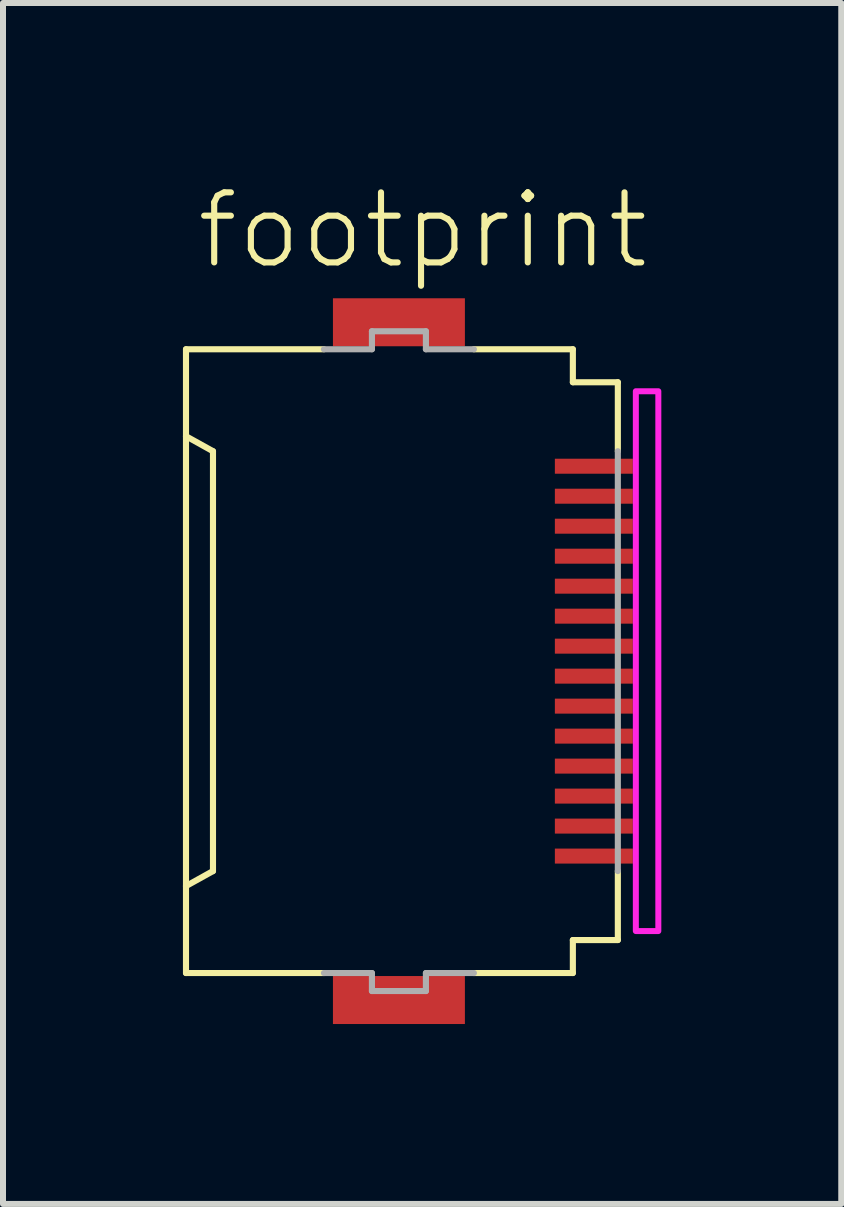
<source format=kicad_pcb>
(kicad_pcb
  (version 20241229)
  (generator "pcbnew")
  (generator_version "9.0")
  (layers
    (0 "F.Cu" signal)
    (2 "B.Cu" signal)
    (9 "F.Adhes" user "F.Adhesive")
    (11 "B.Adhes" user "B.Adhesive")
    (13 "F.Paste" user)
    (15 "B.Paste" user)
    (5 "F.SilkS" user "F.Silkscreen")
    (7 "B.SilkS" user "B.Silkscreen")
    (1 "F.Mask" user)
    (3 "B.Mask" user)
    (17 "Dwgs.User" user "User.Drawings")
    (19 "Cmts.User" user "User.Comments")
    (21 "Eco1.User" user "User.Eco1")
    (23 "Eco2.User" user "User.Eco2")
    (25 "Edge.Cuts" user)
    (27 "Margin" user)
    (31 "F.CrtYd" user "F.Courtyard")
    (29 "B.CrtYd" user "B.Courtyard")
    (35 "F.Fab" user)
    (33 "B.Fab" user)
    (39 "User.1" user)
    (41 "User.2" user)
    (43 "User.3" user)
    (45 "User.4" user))
  (footprint "footprint"
    (layer "F.Cu")
    (at 3.676 7.973)
    (property "Reference" "footprint" (at -3.5 -6.5 0) (layer "F.SilkS") (effects (font (size 1.168 1.168) (thickness 0.102)) (justify left bottom)))
    (fp_poly (pts (xy 2.475 -3.075) (xy 3.875 -3.075) (xy 3.875 -3.425) (xy 2.475 -3.425)) (stroke (width 0) (type solid)) (fill yes) (layer "F.Mask"))
    (fp_poly (pts (xy 2.475 -2.575) (xy 3.875 -2.575) (xy 3.875 -2.925) (xy 2.475 -2.925)) (stroke (width 0) (type solid)) (fill yes) (layer "F.Mask"))
    (fp_poly (pts (xy 2.475 -2.075) (xy 3.875 -2.075) (xy 3.875 -2.425) (xy 2.475 -2.425)) (stroke (width 0) (type solid)) (fill yes) (layer "F.Mask"))
    (fp_poly (pts (xy 2.475 -1.575) (xy 3.875 -1.575) (xy 3.875 -1.925) (xy 2.475 -1.925)) (stroke (width 0) (type solid)) (fill yes) (layer "F.Mask"))
    (fp_poly (pts (xy 2.475 -1.075) (xy 3.875 -1.075) (xy 3.875 -1.425) (xy 2.475 -1.425)) (stroke (width 0) (type solid)) (fill yes) (layer "F.Mask"))
    (fp_poly (pts (xy 2.475 -0.575) (xy 3.875 -0.575) (xy 3.875 -0.925) (xy 2.475 -0.925)) (stroke (width 0) (type solid)) (fill yes) (layer "F.Mask"))
    (fp_poly (pts (xy 2.475 -0.075) (xy 3.875 -0.075) (xy 3.875 -0.425) (xy 2.475 -0.425)) (stroke (width 0) (type solid)) (fill yes) (layer "F.Mask"))
    (fp_poly (pts (xy 2.475 0.425) (xy 3.875 0.425) (xy 3.875 0.075) (xy 2.475 0.075)) (stroke (width 0) (type solid)) (fill yes) (layer "F.Mask"))
    (fp_poly (pts (xy 2.475 0.925) (xy 3.875 0.925) (xy 3.875 0.575) (xy 2.475 0.575)) (stroke (width 0) (type solid)) (fill yes) (layer "F.Mask"))
    (fp_poly (pts (xy 2.475 1.425) (xy 3.875 1.425) (xy 3.875 1.075) (xy 2.475 1.075)) (stroke (width 0) (type solid)) (fill yes) (layer "F.Mask"))
    (fp_poly (pts (xy 2.475 1.925) (xy 3.875 1.925) (xy 3.875 1.575) (xy 2.475 1.575)) (stroke (width 0) (type solid)) (fill yes) (layer "F.Mask"))
    (fp_poly (pts (xy 2.475 2.425) (xy 3.875 2.425) (xy 3.875 2.075) (xy 2.475 2.075)) (stroke (width 0) (type solid)) (fill yes) (layer "F.Mask"))
    (fp_poly (pts (xy 2.475 2.925) (xy 3.875 2.925) (xy 3.875 2.575) (xy 2.475 2.575)) (stroke (width 0) (type solid)) (fill yes) (layer "F.Mask"))
    (fp_poly (pts (xy 2.475 3.425) (xy 3.875 3.425) (xy 3.875 3.075) (xy 2.475 3.075)) (stroke (width 0) (type solid)) (fill yes) (layer "F.Mask"))
    (fp_line (start -3.625 -5.2) (end -1.325 -5.2) (stroke (width 0.102) (type solid)) (layer "F.SilkS"))
    (fp_line (start -3.625 -3.75) (end -3.625 -5.2) (stroke (width 0.102) (type solid)) (layer "F.SilkS"))
    (fp_line (start -3.625 -3.75) (end -3.625 3.75) (stroke (width 0.102) (type solid)) (layer "F.SilkS"))
    (fp_line (start -3.625 3.75) (end -3.175 3.5) (stroke (width 0.102) (type solid)) (layer "F.SilkS"))
    (fp_line (start -3.625 5.2) (end -3.625 3.75) (stroke (width 0.102) (type solid)) (layer "F.SilkS"))
    (fp_line (start -3.175 -3.5) (end -3.625 -3.75) (stroke (width 0.102) (type solid)) (layer "F.SilkS"))
    (fp_line (start -3.175 3.5) (end -3.175 -3.5) (stroke (width 0.102) (type solid)) (layer "F.SilkS"))
    (fp_line (start -1.325 5.2) (end -3.625 5.2) (stroke (width 0.102) (type solid)) (layer "F.SilkS"))
    (fp_line (start 1.175 -5.2) (end 2.825 -5.2) (stroke (width 0.102) (type solid)) (layer "F.SilkS"))
    (fp_line (start 1.175 5.2) (end 2.825 5.2) (stroke (width 0.102) (type solid)) (layer "F.SilkS"))
    (fp_line (start 2.825 -5.2) (end 2.825 -4.65) (stroke (width 0.102) (type solid)) (layer "F.SilkS"))
    (fp_line (start 2.825 -4.65) (end 3.575 -4.65) (stroke (width 0.102) (type solid)) (layer "F.SilkS"))
    (fp_line (start 2.825 4.65) (end 2.825 5.2) (stroke (width 0.102) (type solid)) (layer "F.SilkS"))
    (fp_line (start 2.825 4.65) (end 3.575 4.65) (stroke (width 0.102) (type solid)) (layer "F.SilkS"))
    (fp_line (start 3.575 -4.65) (end 3.575 -3.5) (stroke (width 0.102) (type solid)) (layer "F.SilkS"))
    (fp_line (start 3.575 3.5) (end 3.575 4.65) (stroke (width 0.102) (type solid)) (layer "F.SilkS"))
    (fp_poly (pts (xy 3.875 4.5) (xy 4.25 4.5) (xy 4.25 -4.5) (xy 3.875 -4.5)) (stroke (width 0.1) (type solid)) (fill no) (layer "F.CrtYd"))
    (fp_line (start -1.325 -5.2) (end -0.525 -5.2) (stroke (width 0.102) (type solid)) (layer "F.Fab"))
    (fp_line (start -0.525 -5.5) (end 0.375 -5.5) (stroke (width 0.102) (type solid)) (layer "F.Fab"))
    (fp_line (start -0.525 -5.2) (end -0.525 -5.5) (stroke (width 0.102) (type solid)) (layer "F.Fab"))
    (fp_line (start -0.525 5.2) (end -1.325 5.2) (stroke (width 0.102) (type solid)) (layer "F.Fab"))
    (fp_line (start -0.525 5.5) (end -0.525 5.2) (stroke (width 0.102) (type solid)) (layer "F.Fab"))
    (fp_line (start 0.375 -5.5) (end 0.375 -5.2) (stroke (width 0.102) (type solid)) (layer "F.Fab"))
    (fp_line (start 0.375 -5.2) (end 1.175 -5.2) (stroke (width 0.102) (type solid)) (layer "F.Fab"))
    (fp_line (start 0.375 5.2) (end 0.375 5.5) (stroke (width 0.102) (type solid)) (layer "F.Fab"))
    (fp_line (start 0.375 5.5) (end -0.525 5.5) (stroke (width 0.102) (type solid)) (layer "F.Fab"))
    (fp_line (start 1.175 5.2) (end 0.375 5.2) (stroke (width 0.102) (type solid)) (layer "F.Fab"))
    (fp_line (start 3.575 -3.5) (end 3.575 3.5) (stroke (width 0.102) (type solid)) (layer "F.Fab"))
    (pad "1" smd rect (at 3.175 -3.25) (size 1.3 0.25) (layers "F.Cu" "F.Paste"))
    (pad "2" smd rect (at 3.175 -2.75) (size 1.3 0.25) (layers "F.Cu" "F.Paste"))
    (pad "3" smd rect (at 3.175 -2.25) (size 1.3 0.25) (layers "F.Cu" "F.Paste"))
    (pad "4" smd rect (at 3.175 -1.75) (size 1.3 0.25) (layers "F.Cu" "F.Paste"))
    (pad "5" smd rect (at 3.175 -1.25) (size 1.3 0.25) (layers "F.Cu" "F.Paste"))
    (pad "6" smd rect (at 3.175 -0.75) (size 1.3 0.25) (layers "F.Cu" "F.Paste"))
    (pad "7" smd rect (at 3.175 -0.25) (size 1.3 0.25) (layers "F.Cu" "F.Paste"))
    (pad "8" smd rect (at 3.175 0.25) (size 1.3 0.25) (layers "F.Cu" "F.Paste"))
    (pad "9" smd rect (at 3.175 0.75) (size 1.3 0.25) (layers "F.Cu" "F.Paste"))
    (pad "10" smd rect (at 3.175 1.25) (size 1.3 0.25) (layers "F.Cu" "F.Paste"))
    (pad "11" smd rect (at 3.175 1.75) (size 1.3 0.25) (layers "F.Cu" "F.Paste"))
    (pad "12" smd rect (at 3.175 2.25) (size 1.3 0.25) (layers "F.Cu" "F.Paste"))
    (pad "13" smd rect (at 3.175 2.75) (size 1.3 0.25) (layers "F.Cu" "F.Paste"))
    (pad "14" smd rect (at 3.175 3.25) (size 1.3 0.25) (layers "F.Cu" "F.Paste"))
    (pad "M1" smd rect (at -0.075 -5.65) (size 2.2 0.8) (layers "F.Cu" "F.Mask" "F.Paste"))
    (pad "M2" smd rect (at -0.075 5.65) (size 2.2 0.8) (layers "F.Cu" "F.Mask" "F.Paste"))
    (zone (net_name "") (layers "F.Cu" "B.Cu") (hatch edge 0.508) (connect_pads) (min_thickness 0.254) (filled_areas_thickness no) (keepout (tracks allowed) (vias not_allowed) (pads allowed) (copperpour allowed) (footprints allowed)) (placement (enabled no)) (fill) (polygon (pts (xy 3.901 11.473) (xy 6.151 11.473) (xy 6.151 4.473) (xy 3.901 4.473)))))
  (gr_rect
    (start -3 -3)
    (end 10.976 17.023)
    (stroke (width 0.1) (type default))
    (fill no)
    (layer "Edge.Cuts")))
</source>
